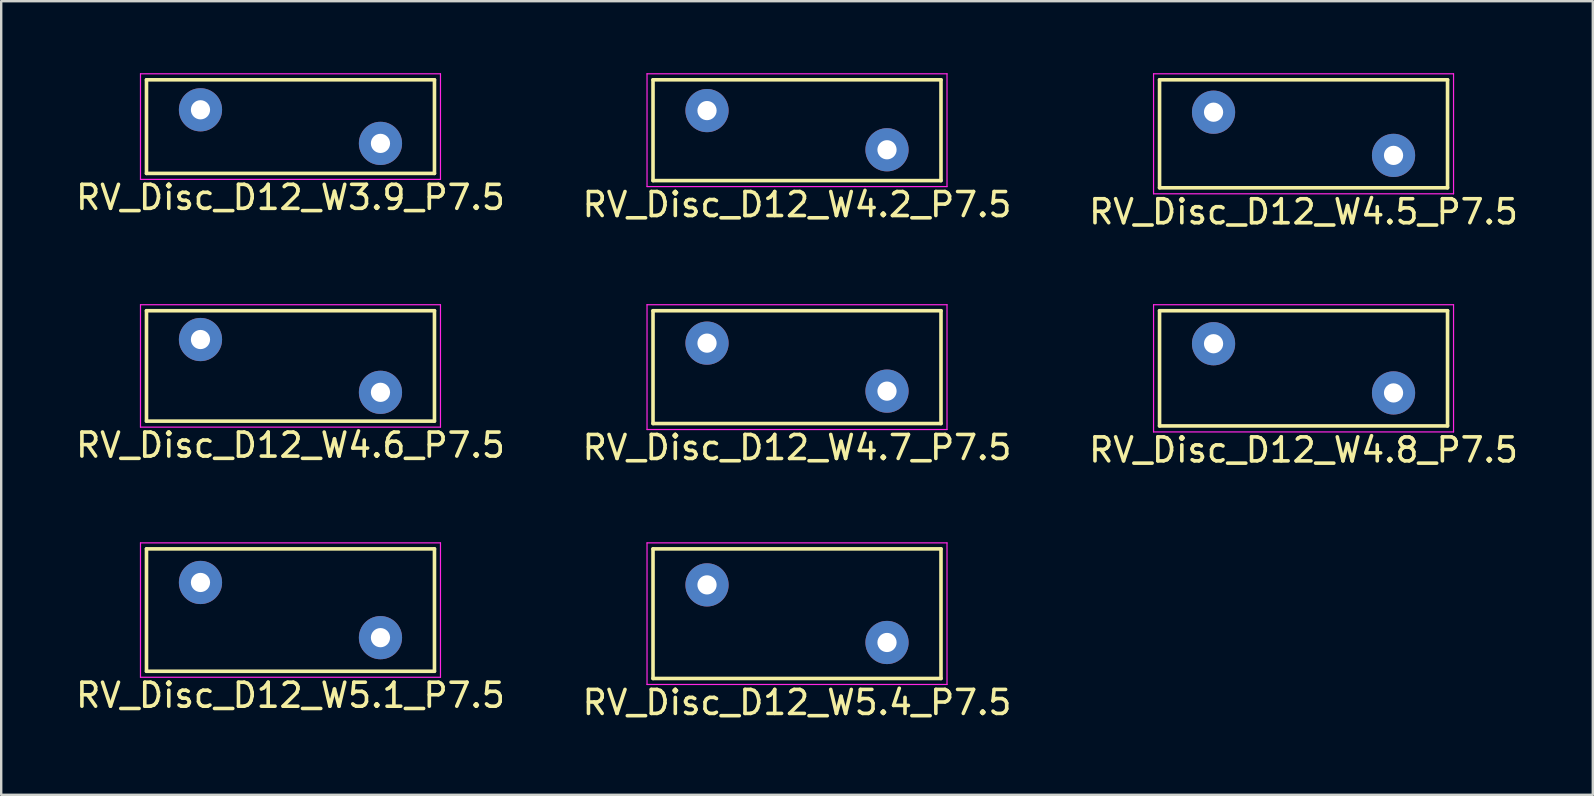
<source format=kicad_pcb>
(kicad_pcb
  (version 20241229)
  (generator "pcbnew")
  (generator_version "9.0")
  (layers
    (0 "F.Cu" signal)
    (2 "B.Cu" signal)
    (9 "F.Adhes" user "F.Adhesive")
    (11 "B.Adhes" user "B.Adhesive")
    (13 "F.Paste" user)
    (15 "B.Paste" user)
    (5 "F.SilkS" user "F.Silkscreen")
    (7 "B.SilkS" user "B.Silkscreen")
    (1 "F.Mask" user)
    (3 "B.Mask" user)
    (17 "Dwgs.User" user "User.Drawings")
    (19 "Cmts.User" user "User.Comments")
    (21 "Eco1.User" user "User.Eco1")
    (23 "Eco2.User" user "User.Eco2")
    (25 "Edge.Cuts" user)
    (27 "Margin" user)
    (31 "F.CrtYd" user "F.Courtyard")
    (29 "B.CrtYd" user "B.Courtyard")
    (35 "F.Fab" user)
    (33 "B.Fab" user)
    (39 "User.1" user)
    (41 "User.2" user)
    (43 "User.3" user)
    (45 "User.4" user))
  (footprint "RV_Disc_D12_W3.9_P7.5"
    (layer "F.Cu")
    (at 5.304 1.525)
    (property "Reference" "RV_Disc_D12_W3.9_P7.5" (at 3.75 3.65 0) (layer "F.SilkS") (effects (font (size 1 1) (thickness 0.15))))
    (attr through_hole)
    (fp_line (start -2.25 -1.25) (end -2.25 2.65) (stroke (width 0.15) (type solid)) (layer "F.SilkS"))
    (fp_line (start -2.25 -1.25) (end 9.75 -1.25) (stroke (width 0.15) (type solid)) (layer "F.SilkS"))
    (fp_line (start -2.25 2.65) (end 9.75 2.65) (stroke (width 0.15) (type solid)) (layer "F.SilkS"))
    (fp_line (start 9.75 -1.25) (end 9.75 2.65) (stroke (width 0.15) (type solid)) (layer "F.SilkS"))
    (fp_line (start -2.5 -1.5) (end -2.5 2.9) (stroke (width 0.05) (type solid)) (layer "F.CrtYd"))
    (fp_line (start -2.5 -1.5) (end 10 -1.5) (stroke (width 0.05) (type solid)) (layer "F.CrtYd"))
    (fp_line (start -2.5 2.9) (end 10 2.9) (stroke (width 0.05) (type solid)) (layer "F.CrtYd"))
    (fp_line (start 10 -1.5) (end 10 2.9) (stroke (width 0.05) (type solid)) (layer "F.CrtYd"))
    (pad "1" thru_hole circle (at 0 0) (size 1.8 1.8) (drill 0.8) (layers "*.Cu" "*.Mask"))
    (pad "2" thru_hole circle (at 7.5 1.4) (size 1.8 1.8) (drill 0.8) (layers "*.Cu" "*.Mask")))
  (footprint "RV_Disc_D12_W4.8_P7.5"
    (layer "F.Cu")
    (at 47.518 11.273)
    (property "Reference" "RV_Disc_D12_W4.8_P7.5" (at 3.75 4.425 0) (layer "F.SilkS") (effects (font (size 1 1) (thickness 0.15))))
    (attr through_hole)
    (fp_line (start -2.25 -1.375) (end -2.25 3.425) (stroke (width 0.15) (type solid)) (layer "F.SilkS"))
    (fp_line (start -2.25 -1.375) (end 9.75 -1.375) (stroke (width 0.15) (type solid)) (layer "F.SilkS"))
    (fp_line (start -2.25 3.425) (end 9.75 3.425) (stroke (width 0.15) (type solid)) (layer "F.SilkS"))
    (fp_line (start 9.75 -1.375) (end 9.75 3.425) (stroke (width 0.15) (type solid)) (layer "F.SilkS"))
    (fp_line (start -2.5 -1.625) (end -2.5 3.675) (stroke (width 0.05) (type solid)) (layer "F.CrtYd"))
    (fp_line (start -2.5 -1.625) (end 10 -1.625) (stroke (width 0.05) (type solid)) (layer "F.CrtYd"))
    (fp_line (start -2.5 3.675) (end 10 3.675) (stroke (width 0.05) (type solid)) (layer "F.CrtYd"))
    (fp_line (start 10 -1.625) (end 10 3.675) (stroke (width 0.05) (type solid)) (layer "F.CrtYd"))
    (pad "1" thru_hole circle (at 0 0) (size 1.8 1.8) (drill 0.8) (layers "*.Cu" "*.Mask"))
    (pad "2" thru_hole circle (at 7.5 2.05) (size 1.8 1.8) (drill 0.8) (layers "*.Cu" "*.Mask")))
  (footprint "RV_Disc_D12_W4.7_P7.5"
    (layer "F.Cu")
    (at 26.411 11.248)
    (property "Reference" "RV_Disc_D12_W4.7_P7.5" (at 3.75 4.35 0) (layer "F.SilkS") (effects (font (size 1 1) (thickness 0.15))))
    (attr through_hole)
    (fp_line (start -2.25 -1.35) (end -2.25 3.35) (stroke (width 0.15) (type solid)) (layer "F.SilkS"))
    (fp_line (start -2.25 -1.35) (end 9.75 -1.35) (stroke (width 0.15) (type solid)) (layer "F.SilkS"))
    (fp_line (start -2.25 3.35) (end 9.75 3.35) (stroke (width 0.15) (type solid)) (layer "F.SilkS"))
    (fp_line (start 9.75 -1.35) (end 9.75 3.35) (stroke (width 0.15) (type solid)) (layer "F.SilkS"))
    (fp_line (start -2.5 -1.6) (end -2.5 3.6) (stroke (width 0.05) (type solid)) (layer "F.CrtYd"))
    (fp_line (start -2.5 -1.6) (end 10 -1.6) (stroke (width 0.05) (type solid)) (layer "F.CrtYd"))
    (fp_line (start -2.5 3.6) (end 10 3.6) (stroke (width 0.05) (type solid)) (layer "F.CrtYd"))
    (fp_line (start 10 -1.6) (end 10 3.6) (stroke (width 0.05) (type solid)) (layer "F.CrtYd"))
    (pad "1" thru_hole circle (at 0 0) (size 1.8 1.8) (drill 0.8) (layers "*.Cu" "*.Mask"))
    (pad "2" thru_hole circle (at 7.5 2) (size 1.8 1.8) (drill 0.8) (layers "*.Cu" "*.Mask")))
  (footprint "RV_Disc_D12_W4.6_P7.5"
    (layer "F.Cu")
    (at 5.304 11.098)
    (property "Reference" "RV_Disc_D12_W4.6_P7.5" (at 3.75 4.4 0) (layer "F.SilkS") (effects (font (size 1 1) (thickness 0.15))))
    (attr through_hole)
    (fp_line (start -2.25 -1.2) (end -2.25 3.4) (stroke (width 0.15) (type solid)) (layer "F.SilkS"))
    (fp_line (start -2.25 -1.2) (end 9.75 -1.2) (stroke (width 0.15) (type solid)) (layer "F.SilkS"))
    (fp_line (start -2.25 3.4) (end 9.75 3.4) (stroke (width 0.15) (type solid)) (layer "F.SilkS"))
    (fp_line (start 9.75 -1.2) (end 9.75 3.4) (stroke (width 0.15) (type solid)) (layer "F.SilkS"))
    (fp_line (start -2.5 -1.45) (end -2.5 3.65) (stroke (width 0.05) (type solid)) (layer "F.CrtYd"))
    (fp_line (start -2.5 -1.45) (end 10 -1.45) (stroke (width 0.05) (type solid)) (layer "F.CrtYd"))
    (fp_line (start -2.5 3.65) (end 10 3.65) (stroke (width 0.05) (type solid)) (layer "F.CrtYd"))
    (fp_line (start 10 -1.45) (end 10 3.65) (stroke (width 0.05) (type solid)) (layer "F.CrtYd"))
    (pad "1" thru_hole circle (at 0 0) (size 1.8 1.8) (drill 0.8) (layers "*.Cu" "*.Mask"))
    (pad "2" thru_hole circle (at 7.5 2.2) (size 1.8 1.8) (drill 0.8) (layers "*.Cu" "*.Mask")))
  (footprint "RV_Disc_D12_W5.1_P7.5"
    (layer "F.Cu")
    (at 5.304 21.221)
    (property "Reference" "RV_Disc_D12_W5.1_P7.5" (at 3.75 4.7 0) (layer "F.SilkS") (effects (font (size 1 1) (thickness 0.15))))
    (attr through_hole)
    (fp_line (start -2.25 -1.4) (end -2.25 3.7) (stroke (width 0.15) (type solid)) (layer "F.SilkS"))
    (fp_line (start -2.25 -1.4) (end 9.75 -1.4) (stroke (width 0.15) (type solid)) (layer "F.SilkS"))
    (fp_line (start -2.25 3.7) (end 9.75 3.7) (stroke (width 0.15) (type solid)) (layer "F.SilkS"))
    (fp_line (start 9.75 -1.4) (end 9.75 3.7) (stroke (width 0.15) (type solid)) (layer "F.SilkS"))
    (fp_line (start -2.5 -1.65) (end -2.5 3.95) (stroke (width 0.05) (type solid)) (layer "F.CrtYd"))
    (fp_line (start -2.5 -1.65) (end 10 -1.65) (stroke (width 0.05) (type solid)) (layer "F.CrtYd"))
    (fp_line (start -2.5 3.95) (end 10 3.95) (stroke (width 0.05) (type solid)) (layer "F.CrtYd"))
    (fp_line (start 10 -1.65) (end 10 3.95) (stroke (width 0.05) (type solid)) (layer "F.CrtYd"))
    (pad "1" thru_hole circle (at 0 0) (size 1.8 1.8) (drill 0.8) (layers "*.Cu" "*.Mask"))
    (pad "2" thru_hole circle (at 7.5 2.3) (size 1.8 1.8) (drill 0.8) (layers "*.Cu" "*.Mask")))
  (footprint "RV_Disc_D12_W4.2_P7.5"
    (layer "F.Cu")
    (at 26.411 1.558)
    (property "Reference" "RV_Disc_D12_W4.2_P7.5" (at 3.75 3.917 0) (layer "F.SilkS") (effects (font (size 1 1) (thickness 0.15))))
    (attr through_hole)
    (fp_line (start -2.25 -1.283) (end -2.25 2.917) (stroke (width 0.15) (type solid)) (layer "F.SilkS"))
    (fp_line (start -2.25 -1.283) (end 9.75 -1.283) (stroke (width 0.15) (type solid)) (layer "F.SilkS"))
    (fp_line (start -2.25 2.917) (end 9.75 2.917) (stroke (width 0.15) (type solid)) (layer "F.SilkS"))
    (fp_line (start 9.75 -1.283) (end 9.75 2.917) (stroke (width 0.15) (type solid)) (layer "F.SilkS"))
    (fp_line (start -2.5 -1.533) (end -2.5 3.167) (stroke (width 0.05) (type solid)) (layer "F.CrtYd"))
    (fp_line (start -2.5 -1.533) (end 10 -1.533) (stroke (width 0.05) (type solid)) (layer "F.CrtYd"))
    (fp_line (start -2.5 3.167) (end 10 3.167) (stroke (width 0.05) (type solid)) (layer "F.CrtYd"))
    (fp_line (start 10 -1.533) (end 10 3.167) (stroke (width 0.05) (type solid)) (layer "F.CrtYd"))
    (pad "1" thru_hole circle (at 0 0) (size 1.8 1.8) (drill 0.8) (layers "*.Cu" "*.Mask"))
    (pad "2" thru_hole circle (at 7.5 1.633) (size 1.8 1.8) (drill 0.8) (layers "*.Cu" "*.Mask")))
  (footprint "RV_Disc_D12_W4.5_P7.5"
    (layer "F.Cu")
    (at 47.518 1.625)
    (property "Reference" "RV_Disc_D12_W4.5_P7.5" (at 3.75 4.15 0) (layer "F.SilkS") (effects (font (size 1 1) (thickness 0.15))))
    (attr through_hole)
    (fp_line (start -2.25 -1.35) (end -2.25 3.15) (stroke (width 0.15) (type solid)) (layer "F.SilkS"))
    (fp_line (start -2.25 -1.35) (end 9.75 -1.35) (stroke (width 0.15) (type solid)) (layer "F.SilkS"))
    (fp_line (start -2.25 3.15) (end 9.75 3.15) (stroke (width 0.15) (type solid)) (layer "F.SilkS"))
    (fp_line (start 9.75 -1.35) (end 9.75 3.15) (stroke (width 0.15) (type solid)) (layer "F.SilkS"))
    (fp_line (start -2.5 -1.6) (end -2.5 3.4) (stroke (width 0.05) (type solid)) (layer "F.CrtYd"))
    (fp_line (start -2.5 -1.6) (end 10 -1.6) (stroke (width 0.05) (type solid)) (layer "F.CrtYd"))
    (fp_line (start -2.5 3.4) (end 10 3.4) (stroke (width 0.05) (type solid)) (layer "F.CrtYd"))
    (fp_line (start 10 -1.6) (end 10 3.4) (stroke (width 0.05) (type solid)) (layer "F.CrtYd"))
    (pad "1" thru_hole circle (at 0 0) (size 1.8 1.8) (drill 0.8) (layers "*.Cu" "*.Mask"))
    (pad "2" thru_hole circle (at 7.5 1.8) (size 1.8 1.8) (drill 0.8) (layers "*.Cu" "*.Mask")))
  (footprint "RV_Disc_D12_W5.4_P7.5"
    (layer "F.Cu")
    (at 26.411 21.322)
    (property "Reference" "RV_Disc_D12_W5.4_P7.5" (at 3.75 4.9 0) (layer "F.SilkS") (effects (font (size 1 1) (thickness 0.15))))
    (attr through_hole)
    (fp_line (start -2.25 -1.5) (end -2.25 3.9) (stroke (width 0.15) (type solid)) (layer "F.SilkS"))
    (fp_line (start -2.25 -1.5) (end 9.75 -1.5) (stroke (width 0.15) (type solid)) (layer "F.SilkS"))
    (fp_line (start -2.25 3.9) (end 9.75 3.9) (stroke (width 0.15) (type solid)) (layer "F.SilkS"))
    (fp_line (start 9.75 -1.5) (end 9.75 3.9) (stroke (width 0.15) (type solid)) (layer "F.SilkS"))
    (fp_line (start -2.5 -1.75) (end -2.5 4.15) (stroke (width 0.05) (type solid)) (layer "F.CrtYd"))
    (fp_line (start -2.5 -1.75) (end 10 -1.75) (stroke (width 0.05) (type solid)) (layer "F.CrtYd"))
    (fp_line (start -2.5 4.15) (end 10 4.15) (stroke (width 0.05) (type solid)) (layer "F.CrtYd"))
    (fp_line (start 10 -1.75) (end 10 4.15) (stroke (width 0.05) (type solid)) (layer "F.CrtYd"))
    (pad "1" thru_hole circle (at 0 0) (size 1.8 1.8) (drill 0.8) (layers "*.Cu" "*.Mask"))
    (pad "2" thru_hole circle (at 7.5 2.4) (size 1.8 1.8) (drill 0.8) (layers "*.Cu" "*.Mask")))
  (gr_rect
    (start -3 -3)
    (end 63.321 30.07)
    (stroke (width 0.1) (type default))
    (fill no)
    (layer "Edge.Cuts")))
</source>
